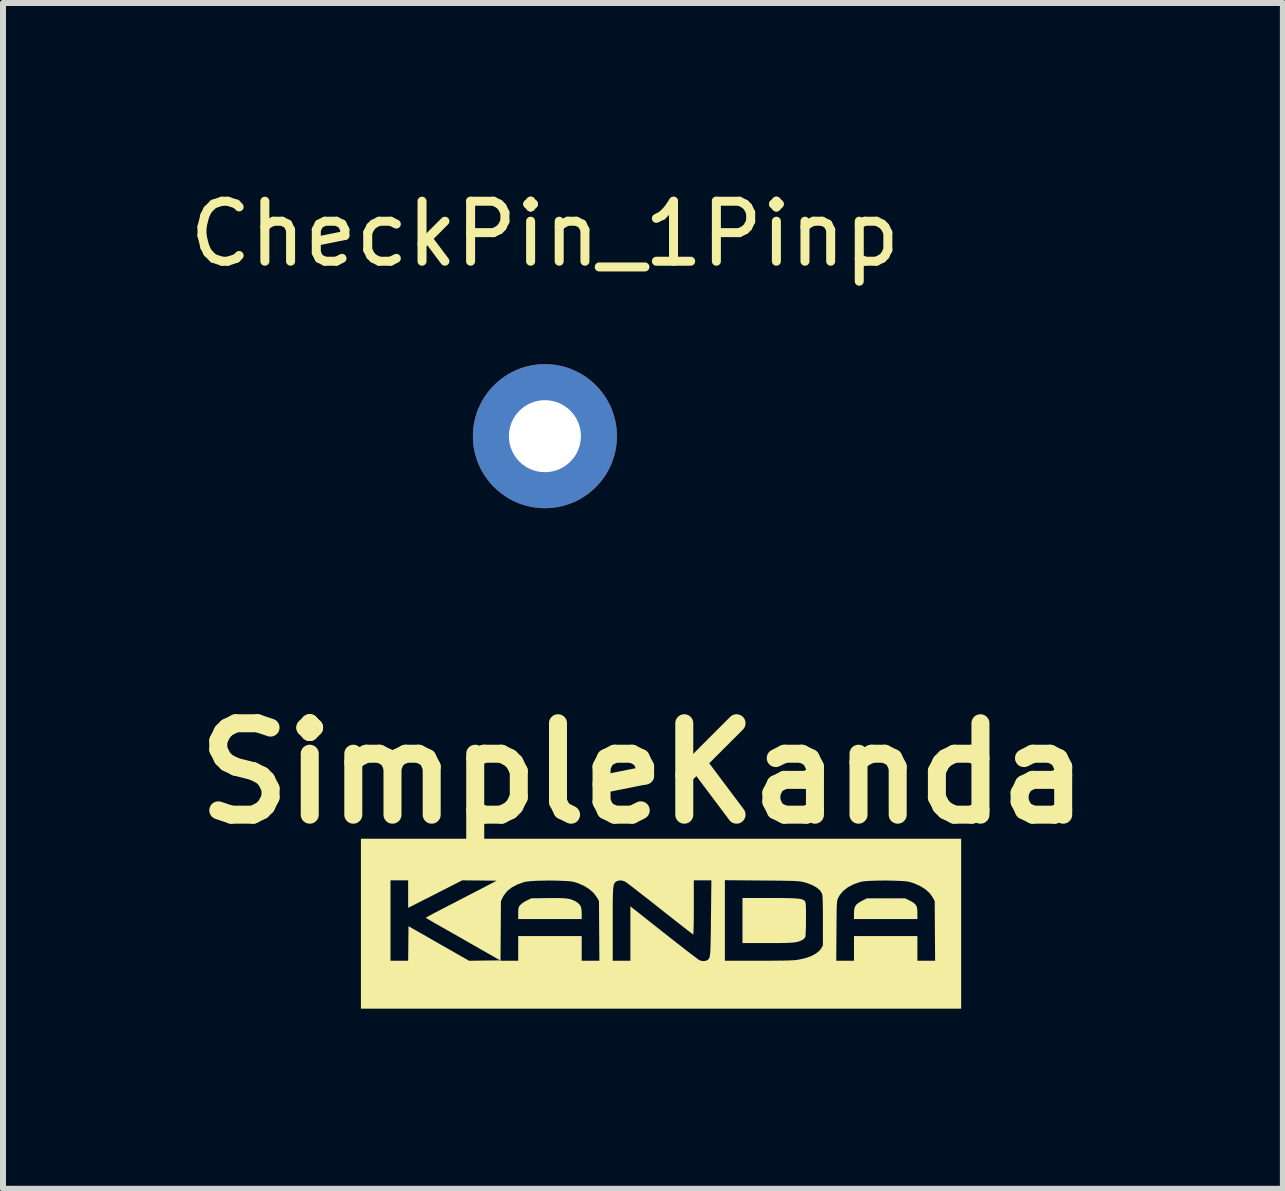
<source format=kicad_pcb>
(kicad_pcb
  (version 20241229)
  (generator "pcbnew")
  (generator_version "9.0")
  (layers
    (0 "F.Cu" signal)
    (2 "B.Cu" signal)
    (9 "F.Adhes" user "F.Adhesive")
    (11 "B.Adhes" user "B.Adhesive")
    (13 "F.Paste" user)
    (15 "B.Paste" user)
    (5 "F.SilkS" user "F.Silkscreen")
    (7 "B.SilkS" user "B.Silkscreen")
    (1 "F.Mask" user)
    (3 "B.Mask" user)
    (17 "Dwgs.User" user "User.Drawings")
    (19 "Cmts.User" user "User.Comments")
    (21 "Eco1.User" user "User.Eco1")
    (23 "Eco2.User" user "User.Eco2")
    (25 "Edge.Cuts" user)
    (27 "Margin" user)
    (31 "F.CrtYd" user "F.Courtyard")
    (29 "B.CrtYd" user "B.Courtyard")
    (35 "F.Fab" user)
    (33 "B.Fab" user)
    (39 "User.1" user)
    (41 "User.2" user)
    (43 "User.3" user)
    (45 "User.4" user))
  (footprint "SimpleKanda"
    (layer "F.Cu")
    (at 7.959 12.336)
    (property "Reference" "SimpleKanda" (at -0.296 -2.5 0) (layer "F.SilkS") (effects (font (size 1.524 1.524) (thickness 0.3))))
    (attr board_only exclude_from_pos_files exclude_from_bom)
    (fp_poly (pts (xy 4.153 -0.378) (xy 4.207 -0.348) (xy 4.243 -0.318) (xy 4.265 -0.282) (xy 4.276 -0.234) (xy 4.278 -0.168) (xy 4.278 -0.167) (xy 4.278 -0.071) (xy 3.221 -0.071) (xy 3.221 -0.163) (xy 3.224 -0.228) (xy 3.237 -0.277) (xy 3.263 -0.315) (xy 3.305 -0.348) (xy 3.355 -0.376) (xy 3.436 -0.417) (xy 4.073 -0.417)) (stroke (width 0) (type solid)) (fill yes) (layer "F.SilkS"))
    (fp_poly (pts (xy -1.679 -0.421) (xy -1.609 -0.418) (xy -1.551 -0.412) (xy -1.504 -0.402) (xy -1.464 -0.389) (xy -1.428 -0.372) (xy -1.394 -0.351) (xy -1.359 -0.323) (xy -1.336 -0.292) (xy -1.323 -0.251) (xy -1.317 -0.195) (xy -1.316 -0.157) (xy -1.316 -0.071) (xy -2.374 -0.071) (xy -2.374 -0.166) (xy -2.373 -0.216) (xy -2.37 -0.25) (xy -2.362 -0.275) (xy -2.348 -0.297) (xy -2.345 -0.301) (xy -2.318 -0.327) (xy -2.277 -0.356) (xy -2.236 -0.378) (xy -2.157 -0.417) (xy -1.875 -0.421) (xy -1.767 -0.422)) (stroke (width 0) (type solid)) (fill yes) (layer "F.SilkS"))
    (fp_poly (pts (xy 1.94 -0.423) (xy 2.048 -0.422) (xy 2.138 -0.42) (xy 2.21 -0.418) (xy 2.267 -0.414) (xy 2.311 -0.409) (xy 2.345 -0.403) (xy 2.369 -0.395) (xy 2.387 -0.385) (xy 2.399 -0.375) (xy 2.406 -0.366) (xy 2.412 -0.354) (xy 2.415 -0.336) (xy 2.418 -0.309) (xy 2.42 -0.269) (xy 2.421 -0.214) (xy 2.421 -0.141) (xy 2.421 -0.077) (xy 2.421 0.003) (xy 2.42 0.076) (xy 2.417 0.139) (xy 2.415 0.188) (xy 2.412 0.219) (xy 2.41 0.228) (xy 2.392 0.253) (xy 2.363 0.276) (xy 2.36 0.277) (xy 2.333 0.29) (xy 2.306 0.301) (xy 2.277 0.309) (xy 2.241 0.316) (xy 2.198 0.321) (xy 2.144 0.324) (xy 2.076 0.327) (xy 1.993 0.328) (xy 1.891 0.329) (xy 1.784 0.329) (xy 1.363 0.329) (xy 1.363 -0.423) (xy 1.81 -0.423)) (stroke (width 0) (type solid)) (fill yes) (layer "F.SilkS"))
    (fp_poly (pts (xy 5.007 1.422) (xy -4.995 1.422) (xy -4.995 0.623) (xy -4.502 0.623) (xy -4.208 0.623) (xy -4.205 0.335) (xy -4.202 0.047) (xy -3.698 0.335) (xy -3.193 0.623) (xy -3.157 0.623) (xy -2.669 0.623) (xy -2.374 0.623) (xy -2.374 0.212) (xy -1.316 0.212) (xy -1.316 0.623) (xy -1.021 0.623) (xy -0.799 0.623) (xy -0.505 0.623) (xy -0.505 -0.284) (xy -0.432 -0.226) (xy -0.408 -0.208) (xy -0.368 -0.176) (xy -0.314 -0.133) (xy -0.248 -0.081) (xy -0.171 -0.02) (xy -0.086 0.047) (xy 0.004 0.118) (xy 0.099 0.193) (xy 0.123 0.212) (xy 0.217 0.286) (xy 0.307 0.356) (xy 0.39 0.421) (xy 0.464 0.479) (xy 0.529 0.528) (xy 0.582 0.568) (xy 0.62 0.596) (xy 0.643 0.612) (xy 0.646 0.614) (xy 0.691 0.628) (xy 0.738 0.627) (xy 0.778 0.613) (xy 0.785 0.608) (xy 0.795 0.599) (xy 0.803 0.589) (xy 0.81 0.576) (xy 0.816 0.557) (xy 0.821 0.531) (xy 0.825 0.496) (xy 0.828 0.45) (xy 0.83 0.391) (xy 0.832 0.317) (xy 0.834 0.227) (xy 0.836 0.118) (xy 0.837 -0.012) (xy 0.838 -0.091) (xy 0.845 -0.717) (xy 0.552 -0.717) (xy 0.552 -0.263) (xy 0.552 -0.151) (xy 0.551 -0.051) (xy 0.55 0.033) (xy 0.548 0.101) (xy 0.546 0.15) (xy 0.544 0.179) (xy 0.542 0.186) (xy 0.531 0.178) (xy 0.503 0.157) (xy 0.46 0.124) (xy 0.404 0.08) (xy 0.336 0.027) (xy 0.257 -0.034) (xy 0.17 -0.103) (xy 0.076 -0.176) (xy -0.013 -0.247) (xy -0.112 -0.325) (xy -0.207 -0.4) (xy -0.296 -0.469) (xy -0.376 -0.531) (xy -0.446 -0.586) (xy -0.505 -0.631) (xy -0.55 -0.665) (xy -0.58 -0.687) (xy -0.593 -0.696) (xy -0.64 -0.713) (xy -0.69 -0.715) (xy -0.733 -0.702) (xy -0.739 -0.698) (xy -0.752 -0.688) (xy -0.763 -0.678) (xy -0.772 -0.665) (xy -0.779 -0.647) (xy -0.785 -0.623) (xy -0.79 -0.591) (xy -0.793 -0.548) (xy -0.796 -0.492) (xy -0.797 -0.423) (xy -0.799 -0.337) (xy -0.799 -0.233) (xy -0.799 -0.109) (xy -0.799 0.011) (xy -0.799 0.623) (xy -1.021 0.623) (xy -1.025 0.126) (xy -1.028 -0.37) (xy -1.063 -0.433) (xy -1.116 -0.505) (xy -1.188 -0.569) (xy -1.277 -0.625) (xy -1.381 -0.67) (xy -1.446 -0.69) (xy -1.487 -0.698) (xy -1.548 -0.704) (xy -1.624 -0.708) (xy -1.71 -0.711) (xy -1.803 -0.713) (xy -1.899 -0.713) (xy -1.992 -0.711) (xy -2.08 -0.709) (xy -2.157 -0.704) (xy -2.22 -0.698) (xy -2.264 -0.691) (xy -2.268 -0.69) (xy -2.386 -0.649) (xy -2.483 -0.597) (xy -2.561 -0.534) (xy -2.618 -0.459) (xy -2.63 -0.437) (xy -2.662 -0.37) (xy -2.669 0.623) (xy -3.157 0.623) (xy -2.934 0.62) (xy -2.674 0.617) (xy -3.074 0.389) (xy -3.174 0.332) (xy -3.277 0.273) (xy -3.38 0.214) (xy -3.478 0.159) (xy -3.567 0.108) (xy -3.644 0.064) (xy -3.693 0.036) (xy -3.758 -0.000487) (xy -3.815 -0.034) (xy -3.862 -0.061) (xy -3.895 -0.081) (xy -3.912 -0.093) (xy -3.913 -0.094) (xy -3.903 -0.101) (xy -3.874 -0.117) (xy -3.829 -0.141) (xy -3.77 -0.173) (xy -3.698 -0.21) (xy -3.616 -0.253) (xy -3.527 -0.299) (xy -3.493 -0.316) (xy -3.393 -0.368) (xy -3.293 -0.42) (xy -3.195 -0.471) (xy -3.103 -0.518) (xy -3.022 -0.56) (xy -2.955 -0.595) (xy -2.904 -0.621) (xy -2.903 -0.622) (xy -2.733 -0.711) (xy -3.019 -0.714) (xy -3.306 -0.717) (xy -3.757 -0.487) (xy -4.208 -0.258) (xy -4.208 -0.717) (xy -4.502 -0.717) (xy -4.502 0.623) (xy -4.995 0.623) (xy -4.995 -0.719) (xy 1.07 -0.719) (xy 1.07 0.623) (xy 1.632 0.623) (xy 2.926 0.623) (xy 3.221 0.623) (xy 3.221 0.212) (xy 4.278 0.212) (xy 4.278 0.623) (xy 4.573 0.623) (xy 4.566 -0.37) (xy 4.535 -0.429) (xy 4.485 -0.501) (xy 4.413 -0.566) (xy 4.324 -0.622) (xy 4.219 -0.668) (xy 4.149 -0.69) (xy 4.108 -0.698) (xy 4.047 -0.704) (xy 3.972 -0.708) (xy 3.885 -0.711) (xy 3.792 -0.713) (xy 3.697 -0.713) (xy 3.603 -0.712) (xy 3.516 -0.709) (xy 3.438 -0.705) (xy 3.375 -0.699) (xy 3.331 -0.691) (xy 3.326 -0.69) (xy 3.216 -0.652) (xy 3.121 -0.602) (xy 3.042 -0.54) (xy 2.983 -0.47) (xy 2.958 -0.425) (xy 2.952 -0.411) (xy 2.947 -0.396) (xy 2.942 -0.379) (xy 2.939 -0.356) (xy 2.937 -0.326) (xy 2.934 -0.285) (xy 2.933 -0.233) (xy 2.932 -0.166) (xy 2.931 -0.082) (xy 2.93 0.021) (xy 2.929 0.126) (xy 2.926 0.623) (xy 1.632 0.623) (xy 1.771 0.623) (xy 1.889 0.622) (xy 1.988 0.621) (xy 2.069 0.62) (xy 2.136 0.618) (xy 2.19 0.616) (xy 2.234 0.613) (xy 2.269 0.609) (xy 2.296 0.605) (xy 2.41 0.58) (xy 2.507 0.546) (xy 2.586 0.504) (xy 2.645 0.456) (xy 2.675 0.417) (xy 2.703 0.368) (xy 2.703 -0.044) (xy 2.703 -0.167) (xy 2.702 -0.272) (xy 2.7 -0.357) (xy 2.698 -0.423) (xy 2.695 -0.468) (xy 2.691 -0.49) (xy 2.691 -0.49) (xy 2.658 -0.546) (xy 2.602 -0.595) (xy 2.526 -0.638) (xy 2.43 -0.674) (xy 2.395 -0.684) (xy 2.372 -0.689) (xy 2.35 -0.694) (xy 2.325 -0.698) (xy 2.296 -0.701) (xy 2.26 -0.704) (xy 2.216 -0.706) (xy 2.16 -0.708) (xy 2.092 -0.709) (xy 2.008 -0.711) (xy 1.907 -0.712) (xy 1.786 -0.713) (xy 1.684 -0.714) (xy 1.07 -0.719) (xy -4.995 -0.719) (xy -4.995 -1.41) (xy 5.007 -1.41)) (stroke (width 0) (type solid)) (fill yes) (layer "F.SilkS")))
  (footprint "CheckPin_1Pinp"
    (layer "F.Cu")
    (at 6.03 4.218)
    (property "Reference" "CheckPin_1Pinp" (at 0 -3.37 0) (layer "F.SilkS") (effects (font (size 1 1) (thickness 0.15))))
    (attr through_hole)
    (pad "1" thru_hole circle (at 0 0) (size 2.4 2.4) (drill 1.2) (layers "*.Cu" "*.Mask")))
  (gr_rect
    (start -3 -3)
    (end 18.327 16.759)
    (stroke (width 0.1) (type default))
    (fill no)
    (layer "Edge.Cuts")))
</source>
